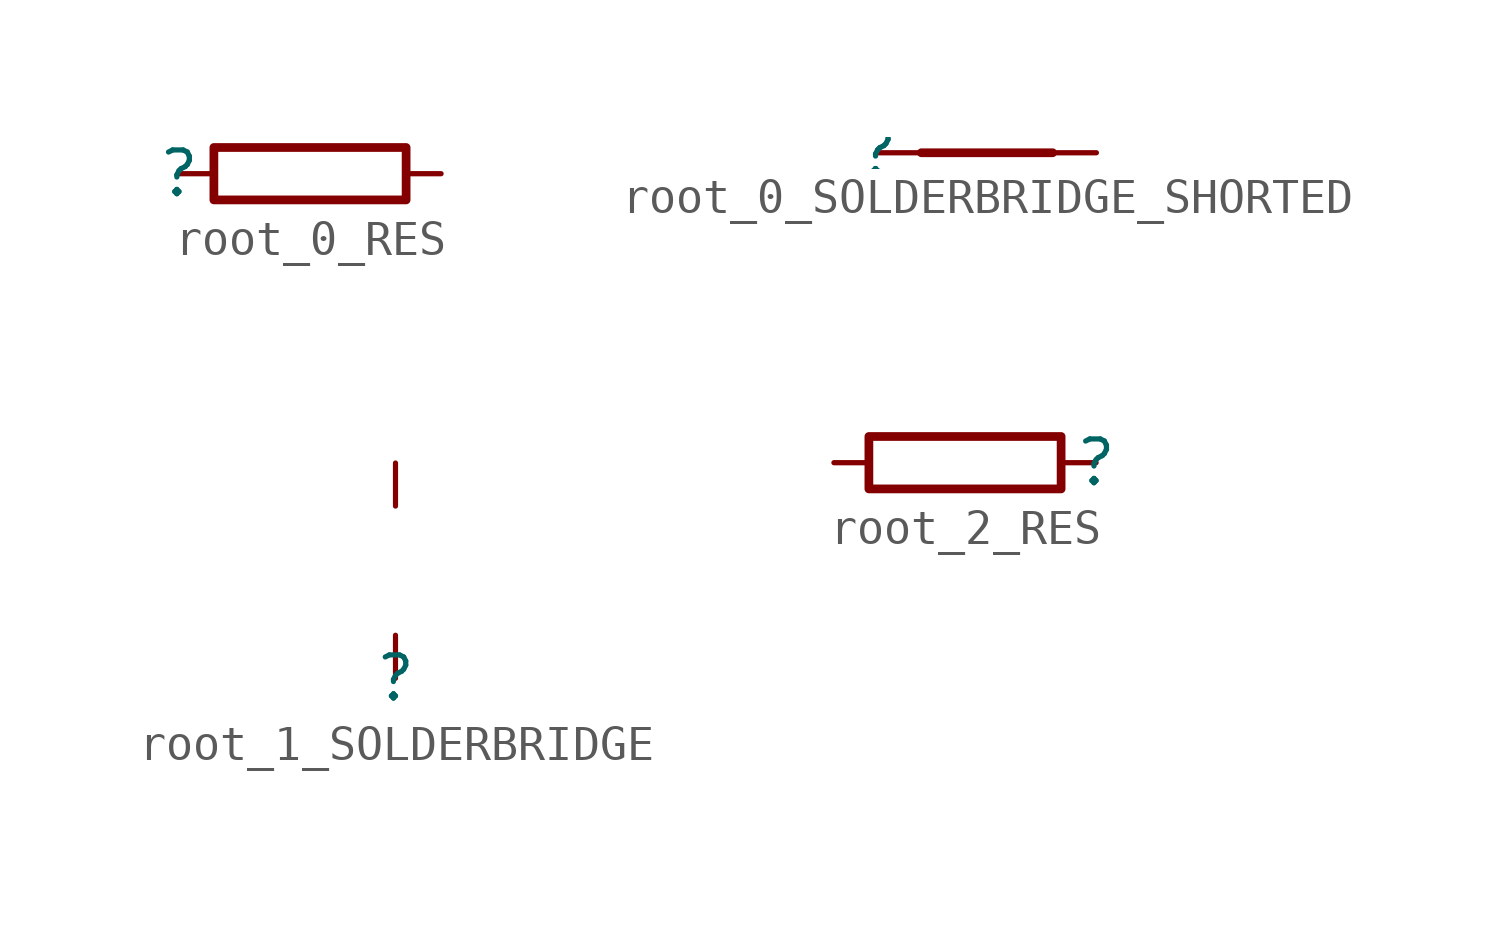
<source format=kicad_sym>
(kicad_symbol_lib
  (version 20231120)
  (generator "kicad_symbol_editor")
  (generator_version "8.0")
  (symbol "root_0_RES"
    (property "Reference" ""
      (at 0 0 0)
      (effects (font (size 1.27 1.27))))
    (property "Value" ""
      (at 0 0 0)
      (effects (font (size 1.27 1.27))))
    (symbol "root_0_RES_1_0"
      (polyline (pts (xy 6.604 0.762) (xy 1.016 0.762) (xy 1.016 -0.762) (xy 6.604 -0.762) (xy 6.604 0.762)) (stroke (width 0.254) (type solid)) (fill (type none)))
      (pin passive line (at 0 0 0) (length 1.016) (name "1" (effects (font (size 0 0)))) (number "1" (effects (font (size 0 0)))))
      (pin passive line (at 7.62 0 180) (length 1.016) (name "2" (effects (font (size 0 0)))) (number "2" (effects (font (size 0 0)))))))
  (symbol "root_0_SOLDERBRIDGE_SHORTED"
    (property "Reference" ""
      (at 0 0 0)
      (effects (font (size 1.27 1.27))))
    (property "Value" ""
      (at 0 0 0)
      (effects (font (size 1.27 1.27))))
    (symbol "root_0_SOLDERBRIDGE_SHORTED_1_0"
      (polyline (pts (xy 1.27 0) (xy 5.08 0)) (stroke (width 0.254) (type solid)) (fill (type none)))
      (pin passive line (at 6.35 0 180) (length 1.27) (name "0" (effects (font (size 0 0)))) (number "1" (effects (font (size 0 0)))))
      (pin passive line (at 0 0 0) (length 1.27) (name "1" (effects (font (size 0 0)))) (number "2" (effects (font (size 0 0)))))))
  (symbol "root_1_SOLDERBRIDGE"
    (property "Reference" ""
      (at 0 0 0)
      (effects (font (size 1.27 1.27))))
    (property "Value" ""
      (at 0 0 0)
      (effects (font (size 1.27 1.27))))
    (symbol "root_1_SOLDERBRIDGE_1_0"
      (pin passive line (at 0 6.35 270) (length 1.27) (name "0" (effects (font (size 0 0)))) (number "1" (effects (font (size 0 0)))))
      (pin passive line (at 0 0 90) (length 1.27) (name "1" (effects (font (size 0 0)))) (number "2" (effects (font (size 0 0)))))))
  (symbol "root_2_RES"
    (property "Reference" ""
      (at 0 0 0)
      (effects (font (size 1.27 1.27))))
    (property "Value" ""
      (at 0 0 0)
      (effects (font (size 1.27 1.27))))
    (symbol "root_2_RES_1_0"
      (polyline (pts (xy -6.604 -0.762) (xy -1.016 -0.762) (xy -1.016 0.762) (xy -6.604 0.762) (xy -6.604 -0.762)) (stroke (width 0.254) (type solid)) (fill (type none)))
      (pin passive line (at 0 0 180) (length 1.016) (name "1" (effects (font (size 0 0)))) (number "1" (effects (font (size 0 0)))))
      (pin passive line (at -7.62 0 0) (length 1.016) (name "2" (effects (font (size 0 0)))) (number "2" (effects (font (size 0 0))))))))
</source>
